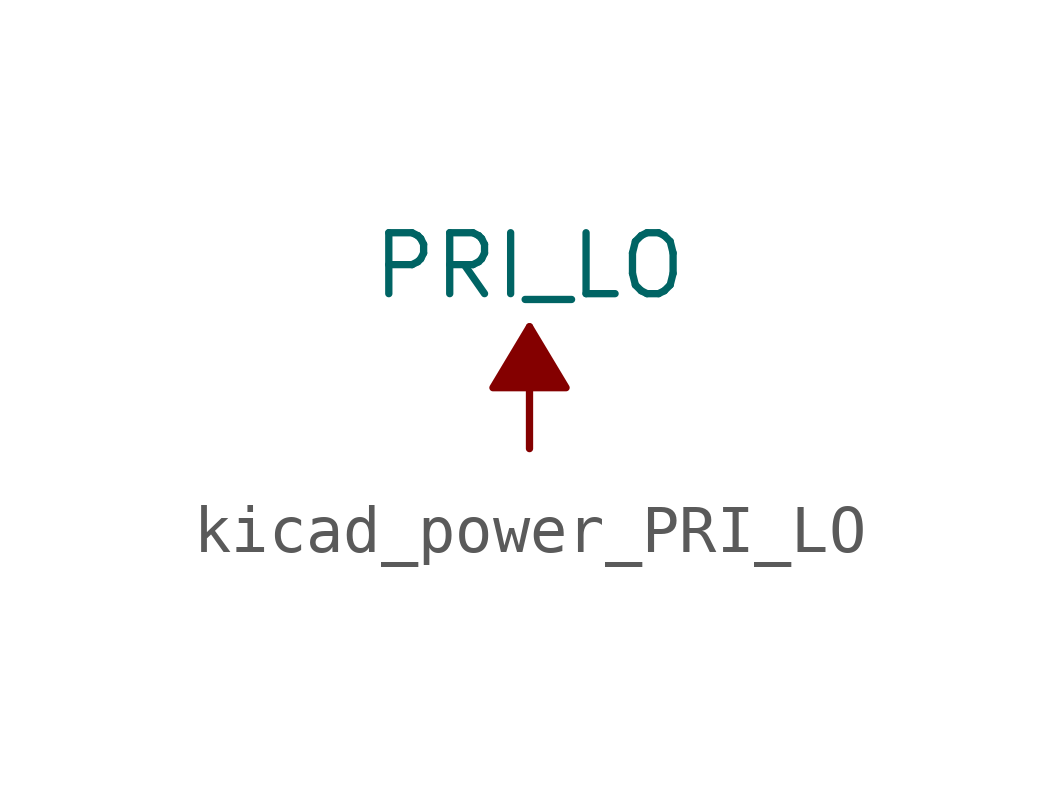
<source format=kicad_sym>
(kicad_symbol_lib
  (version 20220914)
  (generator kicad_symbol_editor)
  (symbol "kicad_power_PRI_LO"
    (power)
    (pin_names
      (offset 0))
    (property "Reference" "#PWR"
      (at 0 -3.81 0)
      (effects (font (size 1.27 1.27)) hide))
    (property "Value" "PRI_LO"
      (at 0 3.81 0)
      (effects (font (size 1.27 1.27))))
    (symbol "kicad_power_PRI_LO_0_1"
      (polyline (pts (xy 0 0) (xy 0 2.54)) (stroke (width 0) (type default)) (fill (type none)))
      (polyline (pts (xy 0.762 1.27) (xy -0.762 1.27) (xy 0 2.54) (xy 0.762 1.27)) (stroke (width 0) (type default)) (fill (type outline))))
    (symbol "kicad_power_PRI_LO_1_1"
      (pin power_in line (at 0 0 90) (length 0) hide (name "PRI_LO" (effects (font (size 1.27 1.27)))) (number "1" (effects (font (size 1.27 1.27))))))))
</source>
